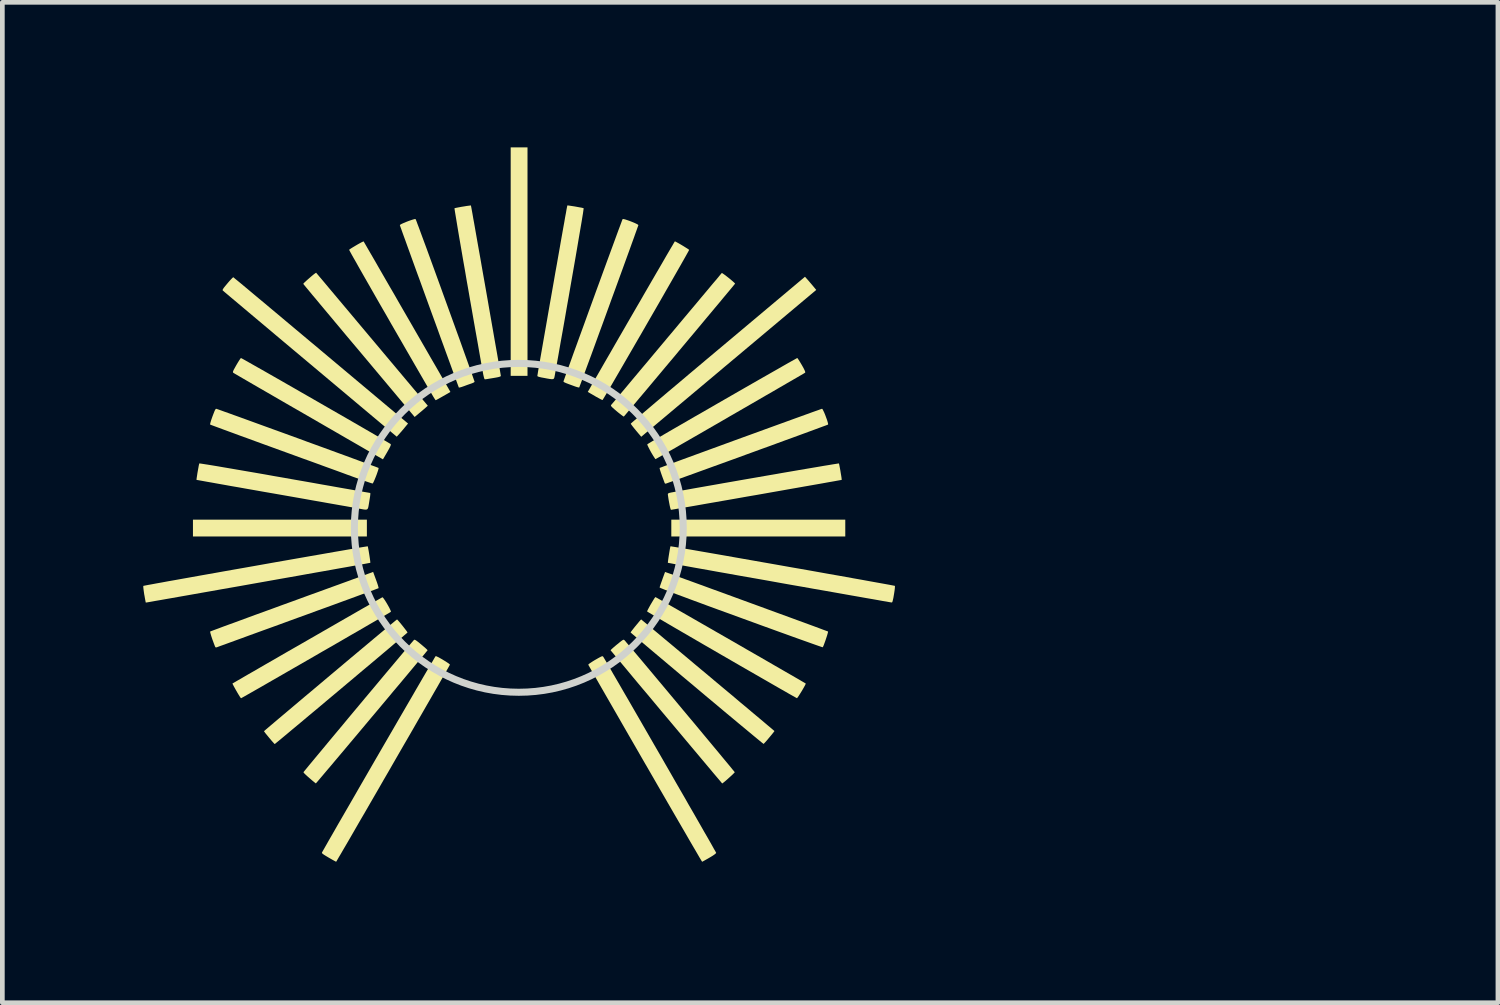
<source format=kicad_pcb>
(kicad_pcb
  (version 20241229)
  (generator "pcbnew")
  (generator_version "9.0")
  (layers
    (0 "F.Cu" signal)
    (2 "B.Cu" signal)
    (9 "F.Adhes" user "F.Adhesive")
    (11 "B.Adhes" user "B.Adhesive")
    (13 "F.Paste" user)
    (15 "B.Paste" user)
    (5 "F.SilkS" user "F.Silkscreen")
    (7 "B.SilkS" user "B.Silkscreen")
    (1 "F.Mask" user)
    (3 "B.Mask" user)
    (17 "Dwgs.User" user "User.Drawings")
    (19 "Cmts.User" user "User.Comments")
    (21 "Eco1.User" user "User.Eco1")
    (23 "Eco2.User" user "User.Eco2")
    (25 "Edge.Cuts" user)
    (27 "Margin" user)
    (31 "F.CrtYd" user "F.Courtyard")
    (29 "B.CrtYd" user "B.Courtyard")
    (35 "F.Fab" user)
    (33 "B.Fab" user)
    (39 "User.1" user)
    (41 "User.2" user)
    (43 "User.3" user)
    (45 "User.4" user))
  (footprint "_FP_Pot_13mmKnob_StdScale"
    (layer "F.Cu")
    (at 7.993 8.185)
    (property "Reference" "_FP_Pot_13mmKnob_StdScale" (at -4.6 -4.1 0) (layer "Eco2.User") (effects (font (size 1 1) (thickness 0.15)) (justify left bottom)))
    (attr through_hole)
    (fp_poly (pts (xy -3.234 0.005) (xy -3.234 0.184) (xy -5.085 0.184) (xy -6.936 0.184) (xy -6.936 0.005) (xy -6.936 -0.174) (xy -5.085 -0.174) (xy -3.234 -0.174)) (stroke (width 0) (type solid)) (fill yes) (layer "F.SilkS"))
    (fp_poly (pts (xy 0.185 -5.666) (xy 0.185 -3.235) (xy 0.006 -3.235) (xy -0.173 -3.235) (xy -0.173 -5.666) (xy -0.173 -8.098) (xy 0.006 -8.098) (xy 0.185 -8.098)) (stroke (width 0) (type solid)) (fill yes) (layer "F.SilkS"))
    (fp_poly (pts (xy 6.949 0.005) (xy 6.949 0.184) (xy 5.097 0.184) (xy 3.246 0.184) (xy 3.246 0.005) (xy 3.246 -0.174) (xy 5.097 -0.174) (xy 6.949 -0.174)) (stroke (width 0) (type solid)) (fill yes) (layer "F.SilkS"))
    (fp_poly (pts (xy -4.314 -5.43) (xy -4.306 -5.42) (xy -4.282 -5.392) (xy -4.245 -5.348) (xy -4.194 -5.288) (xy -4.131 -5.213) (xy -4.057 -5.124) (xy -3.972 -5.023) (xy -3.877 -4.91) (xy -3.773 -4.786) (xy -3.661 -4.653) (xy -3.542 -4.511) (xy -3.417 -4.362) (xy -3.286 -4.206) (xy -3.151 -4.045) (xy -3.123 -4.012) (xy -1.937 -2.599) (xy -1.985 -2.556) (xy -2.017 -2.528) (xy -2.06 -2.491) (xy -2.107 -2.452) (xy -2.125 -2.437) (xy -2.217 -2.36) (xy -3.4 -3.771) (xy -3.536 -3.932) (xy -3.668 -4.089) (xy -3.794 -4.24) (xy -3.914 -4.383) (xy -4.027 -4.519) (xy -4.133 -4.645) (xy -4.229 -4.76) (xy -4.316 -4.865) (xy -4.393 -4.956) (xy -4.458 -5.035) (xy -4.511 -5.099) (xy -4.551 -5.147) (xy -4.576 -5.178) (xy -4.587 -5.192) (xy -4.588 -5.193) (xy -4.58 -5.204) (xy -4.558 -5.227) (xy -4.524 -5.258) (xy -4.484 -5.294) (xy -4.44 -5.332) (xy -4.398 -5.368) (xy -4.36 -5.399) (xy -4.331 -5.42) (xy -4.315 -5.43)) (stroke (width 0) (type solid)) (fill yes) (layer "F.SilkS"))
    (fp_poly (pts (xy 6.138 -5.292) (xy 6.168 -5.258) (xy 6.206 -5.213) (xy 6.246 -5.166) (xy 6.258 -5.152) (xy 6.331 -5.064) (xy 4.539 -3.56) (xy 4.355 -3.406) (xy 4.176 -3.255) (xy 4.002 -3.109) (xy 3.835 -2.969) (xy 3.675 -2.835) (xy 3.523 -2.707) (xy 3.38 -2.588) (xy 3.248 -2.477) (xy 3.127 -2.375) (xy 3.018 -2.284) (xy 2.923 -2.204) (xy 2.841 -2.135) (xy 2.775 -2.08) (xy 2.724 -2.037) (xy 2.691 -2.01) (xy 2.676 -1.997) (xy 2.606 -1.938) (xy 2.494 -2.071) (xy 2.454 -2.12) (xy 2.42 -2.163) (xy 2.396 -2.195) (xy 2.384 -2.214) (xy 2.383 -2.217) (xy 2.392 -2.226) (xy 2.419 -2.25) (xy 2.463 -2.288) (xy 2.524 -2.34) (xy 2.6 -2.405) (xy 2.69 -2.482) (xy 2.794 -2.57) (xy 2.91 -2.669) (xy 3.038 -2.777) (xy 3.177 -2.895) (xy 3.326 -3.02) (xy 3.484 -3.153) (xy 3.649 -3.293) (xy 3.822 -3.438) (xy 4.001 -3.589) (xy 4.186 -3.744) (xy 4.236 -3.786) (xy 6.091 -5.344)) (stroke (width 0) (type solid)) (fill yes) (layer "F.SilkS"))
    (fp_poly (pts (xy -6.067 -5.326) (xy -6.039 -5.302) (xy -5.993 -5.265) (xy -5.931 -5.214) (xy -5.854 -5.15) (xy -5.763 -5.074) (xy -5.658 -4.986) (xy -5.541 -4.888) (xy -5.412 -4.781) (xy -5.273 -4.664) (xy -5.123 -4.539) (xy -4.965 -4.406) (xy -4.799 -4.267) (xy -4.626 -4.122) (xy -4.446 -3.971) (xy -4.261 -3.817) (xy -4.212 -3.775) (xy -2.358 -2.22) (xy -2.435 -2.127) (xy -2.474 -2.08) (xy -2.513 -2.035) (xy -2.545 -1.998) (xy -2.555 -1.987) (xy -2.598 -1.94) (xy -4.443 -3.489) (xy -4.629 -3.645) (xy -4.809 -3.796) (xy -4.984 -3.943) (xy -5.152 -4.084) (xy -5.312 -4.219) (xy -5.463 -4.346) (xy -5.605 -4.465) (xy -5.737 -4.576) (xy -5.857 -4.677) (xy -5.965 -4.768) (xy -6.059 -4.847) (xy -6.14 -4.915) (xy -6.205 -4.97) (xy -6.255 -5.012) (xy -6.287 -5.04) (xy -6.302 -5.052) (xy -6.303 -5.053) (xy -6.305 -5.063) (xy -6.297 -5.082) (xy -6.277 -5.112) (xy -6.242 -5.155) (xy -6.203 -5.202) (xy -6.162 -5.25) (xy -6.125 -5.29) (xy -6.097 -5.319) (xy -6.08 -5.333) (xy -6.078 -5.334)) (stroke (width 0) (type solid)) (fill yes) (layer "F.SilkS"))
    (fp_poly (pts (xy 1.045 -6.862) (xy 1.077 -6.858) (xy 1.122 -6.851) (xy 1.176 -6.843) (xy 1.232 -6.833) (xy 1.286 -6.823) (xy 1.333 -6.815) (xy 1.366 -6.807) (xy 1.38 -6.803) (xy 1.379 -6.79) (xy 1.374 -6.754) (xy 1.366 -6.696) (xy 1.353 -6.617) (xy 1.337 -6.518) (xy 1.317 -6.401) (xy 1.294 -6.266) (xy 1.268 -6.114) (xy 1.24 -5.947) (xy 1.209 -5.766) (xy 1.175 -5.571) (xy 1.139 -5.365) (xy 1.101 -5.148) (xy 1.062 -4.921) (xy 1.02 -4.685) (xy 0.978 -4.442) (xy 0.934 -4.192) (xy 0.888 -3.937) (xy 0.843 -3.678) (xy 0.796 -3.415) (xy 0.771 -3.275) (xy 0.763 -3.23) (xy 0.756 -3.198) (xy 0.747 -3.177) (xy 0.73 -3.166) (xy 0.703 -3.164) (xy 0.662 -3.168) (xy 0.603 -3.178) (xy 0.54 -3.19) (xy 0.475 -3.202) (xy 0.431 -3.213) (xy 0.405 -3.222) (xy 0.395 -3.231) (xy 0.395 -3.234) (xy 0.397 -3.249) (xy 0.403 -3.285) (xy 0.412 -3.343) (xy 0.426 -3.42) (xy 0.442 -3.514) (xy 0.461 -3.625) (xy 0.483 -3.75) (xy 0.507 -3.888) (xy 0.533 -4.037) (xy 0.561 -4.196) (xy 0.59 -4.362) (xy 0.62 -4.535) (xy 0.651 -4.713) (xy 0.683 -4.893) (xy 0.715 -5.075) (xy 0.747 -5.257) (xy 0.778 -5.437) (xy 0.81 -5.613) (xy 0.84 -5.784) (xy 0.869 -5.948) (xy 0.896 -6.104) (xy 0.922 -6.25) (xy 0.946 -6.385) (xy 0.968 -6.506) (xy 0.986 -6.612) (xy 1.003 -6.701) (xy 1.015 -6.773) (xy 1.025 -6.824) (xy 1.031 -6.854) (xy 1.032 -6.862)) (stroke (width 0) (type solid)) (fill yes) (layer "F.SilkS"))
    (fp_poly (pts (xy 3.158 0.955) (xy 3.226 0.979) (xy 3.311 1.01) (xy 3.412 1.047) (xy 3.528 1.089) (xy 3.656 1.135) (xy 3.796 1.186) (xy 3.945 1.24) (xy 4.102 1.298) (xy 4.266 1.357) (xy 4.435 1.419) (xy 4.607 1.482) (xy 4.782 1.546) (xy 4.957 1.61) (xy 5.13 1.673) (xy 5.301 1.736) (xy 5.468 1.797) (xy 5.629 1.856) (xy 5.783 1.912) (xy 5.927 1.965) (xy 6.062 2.014) (xy 6.184 2.059) (xy 6.293 2.099) (xy 6.387 2.134) (xy 6.464 2.163) (xy 6.523 2.185) (xy 6.563 2.199) (xy 6.581 2.207) (xy 6.582 2.207) (xy 6.581 2.221) (xy 6.573 2.252) (xy 6.56 2.297) (xy 6.543 2.349) (xy 6.525 2.403) (xy 6.506 2.455) (xy 6.49 2.499) (xy 6.476 2.53) (xy 6.469 2.542) (xy 6.457 2.539) (xy 6.423 2.528) (xy 6.368 2.509) (xy 6.294 2.483) (xy 6.201 2.45) (xy 6.092 2.411) (xy 5.968 2.367) (xy 5.829 2.317) (xy 5.677 2.262) (xy 5.513 2.203) (xy 5.34 2.14) (xy 5.157 2.074) (xy 4.966 2.004) (xy 4.768 1.932) (xy 4.727 1.917) (xy 4.47 1.823) (xy 4.235 1.738) (xy 4.022 1.66) (xy 3.831 1.589) (xy 3.662 1.527) (xy 3.513 1.471) (xy 3.383 1.423) (xy 3.274 1.382) (xy 3.183 1.347) (xy 3.111 1.319) (xy 3.057 1.297) (xy 3.02 1.282) (xy 3.001 1.272) (xy 2.997 1.268) (xy 3.002 1.251) (xy 3.014 1.215) (xy 3.031 1.166) (xy 3.052 1.108) (xy 3.056 1.095) (xy 3.113 0.939)) (stroke (width 0) (type solid)) (fill yes) (layer "F.SilkS"))
    (fp_poly (pts (xy 3.336 -6.092) (xy 3.366 -6.076) (xy 3.408 -6.053) (xy 3.456 -6.025) (xy 3.506 -5.995) (xy 3.552 -5.966) (xy 3.591 -5.942) (xy 3.617 -5.924) (xy 3.625 -5.916) (xy 3.62 -5.905) (xy 3.603 -5.873) (xy 3.575 -5.823) (xy 3.537 -5.755) (xy 3.49 -5.672) (xy 3.435 -5.575) (xy 3.372 -5.465) (xy 3.303 -5.344) (xy 3.228 -5.213) (xy 3.148 -5.074) (xy 3.064 -4.927) (xy 2.977 -4.775) (xy 2.887 -4.619) (xy 2.795 -4.46) (xy 2.703 -4.3) (xy 2.611 -4.14) (xy 2.519 -3.982) (xy 2.429 -3.826) (xy 2.342 -3.676) (xy 2.258 -3.531) (xy 2.178 -3.393) (xy 2.103 -3.264) (xy 2.034 -3.145) (xy 1.972 -3.038) (xy 1.917 -2.944) (xy 1.87 -2.865) (xy 1.832 -2.801) (xy 1.804 -2.755) (xy 1.787 -2.728) (xy 1.782 -2.72) (xy 1.768 -2.725) (xy 1.737 -2.74) (xy 1.693 -2.764) (xy 1.64 -2.793) (xy 1.62 -2.805) (xy 1.468 -2.893) (xy 1.509 -2.964) (xy 1.536 -3.012) (xy 1.573 -3.077) (xy 1.619 -3.158) (xy 1.674 -3.253) (xy 1.736 -3.361) (xy 1.804 -3.48) (xy 1.879 -3.61) (xy 1.959 -3.748) (xy 2.042 -3.893) (xy 2.129 -4.044) (xy 2.219 -4.199) (xy 2.31 -4.357) (xy 2.402 -4.516) (xy 2.494 -4.675) (xy 2.586 -4.833) (xy 2.675 -4.988) (xy 2.762 -5.138) (xy 2.846 -5.283) (xy 2.926 -5.421) (xy 3.001 -5.549) (xy 3.07 -5.668) (xy 3.132 -5.776) (xy 3.187 -5.87) (xy 3.234 -5.95) (xy 3.272 -6.014) (xy 3.299 -6.061) (xy 3.316 -6.089) (xy 3.322 -6.098)) (stroke (width 0) (type solid)) (fill yes) (layer "F.SilkS"))
    (fp_poly (pts (xy -3.303 -6.097) (xy -3.297 -6.086) (xy -3.279 -6.055) (xy -3.25 -6.005) (xy -3.212 -5.939) (xy -3.164 -5.856) (xy -3.108 -5.76) (xy -3.045 -5.651) (xy -2.976 -5.53) (xy -2.901 -5.4) (xy -2.821 -5.261) (xy -2.737 -5.116) (xy -2.649 -4.965) (xy -2.56 -4.809) (xy -2.469 -4.651) (xy -2.377 -4.492) (xy -2.285 -4.333) (xy -2.195 -4.176) (xy -2.106 -4.022) (xy -2.02 -3.873) (xy -1.937 -3.729) (xy -1.859 -3.593) (xy -1.785 -3.466) (xy -1.718 -3.35) (xy -1.658 -3.245) (xy -1.605 -3.153) (xy -1.561 -3.076) (xy -1.526 -3.015) (xy -1.501 -2.972) (xy -1.487 -2.947) (xy -1.484 -2.943) (xy -1.456 -2.892) (xy -1.609 -2.804) (xy -1.664 -2.773) (xy -1.711 -2.746) (xy -1.747 -2.727) (xy -1.766 -2.717) (xy -1.769 -2.717) (xy -1.778 -2.726) (xy -1.796 -2.753) (xy -1.819 -2.79) (xy -1.825 -2.8) (xy -1.916 -2.957) (xy -2.011 -3.121) (xy -2.109 -3.291) (xy -2.21 -3.465) (xy -2.312 -3.642) (xy -2.416 -3.822) (xy -2.519 -4.001) (xy -2.623 -4.181) (xy -2.725 -4.358) (xy -2.824 -4.532) (xy -2.922 -4.701) (xy -3.016 -4.865) (xy -3.105 -5.021) (xy -3.19 -5.17) (xy -3.269 -5.308) (xy -3.342 -5.436) (xy -3.408 -5.552) (xy -3.465 -5.654) (xy -3.515 -5.741) (xy -3.555 -5.812) (xy -3.585 -5.867) (xy -3.604 -5.902) (xy -3.612 -5.918) (xy -3.612 -5.918) (xy -3.6 -5.928) (xy -3.572 -5.947) (xy -3.532 -5.972) (xy -3.485 -6) (xy -3.436 -6.029) (xy -3.388 -6.056) (xy -3.347 -6.078) (xy -3.317 -6.092) (xy -3.304 -6.097)) (stroke (width 0) (type solid)) (fill yes) (layer "F.SilkS"))
    (fp_poly (pts (xy -1.017 -6.849) (xy -1.01 -6.814) (xy -1 -6.758) (xy -0.986 -6.682) (xy -0.97 -6.588) (xy -0.95 -6.479) (xy -0.928 -6.354) (xy -0.904 -6.217) (xy -0.878 -6.069) (xy -0.85 -5.911) (xy -0.82 -5.745) (xy -0.79 -5.572) (xy -0.759 -5.395) (xy -0.727 -5.215) (xy -0.695 -5.033) (xy -0.663 -4.851) (xy -0.632 -4.671) (xy -0.601 -4.495) (xy -0.571 -4.323) (xy -0.542 -4.158) (xy -0.515 -4.002) (xy -0.489 -3.855) (xy -0.465 -3.72) (xy -0.444 -3.598) (xy -0.426 -3.491) (xy -0.41 -3.4) (xy -0.398 -3.328) (xy -0.389 -3.275) (xy -0.384 -3.243) (xy -0.382 -3.234) (xy -0.388 -3.225) (xy -0.406 -3.217) (xy -0.441 -3.207) (xy -0.494 -3.197) (xy -0.546 -3.188) (xy -0.608 -3.178) (xy -0.661 -3.169) (xy -0.701 -3.163) (xy -0.722 -3.161) (xy -0.724 -3.161) (xy -0.733 -3.172) (xy -0.743 -3.204) (xy -0.754 -3.251) (xy -0.759 -3.275) (xy -0.799 -3.499) (xy -0.839 -3.726) (xy -0.879 -3.955) (xy -0.92 -4.183) (xy -0.96 -4.41) (xy -0.999 -4.634) (xy -1.038 -4.854) (xy -1.075 -5.069) (xy -1.112 -5.277) (xy -1.146 -5.478) (xy -1.18 -5.67) (xy -1.211 -5.851) (xy -1.24 -6.02) (xy -1.267 -6.176) (xy -1.291 -6.318) (xy -1.312 -6.444) (xy -1.33 -6.554) (xy -1.345 -6.645) (xy -1.357 -6.716) (xy -1.365 -6.767) (xy -1.369 -6.796) (xy -1.369 -6.802) (xy -1.353 -6.807) (xy -1.32 -6.814) (xy -1.273 -6.823) (xy -1.219 -6.833) (xy -1.162 -6.842) (xy -1.109 -6.851) (xy -1.063 -6.857) (xy -1.032 -6.861) (xy -1.019 -6.862)) (stroke (width 0) (type solid)) (fill yes) (layer "F.SilkS"))
    (fp_poly (pts (xy -3.039 1.107) (xy -3.017 1.168) (xy -3 1.219) (xy -2.989 1.259) (xy -2.984 1.281) (xy -2.985 1.284) (xy -2.997 1.289) (xy -3.032 1.302) (xy -3.086 1.323) (xy -3.161 1.35) (xy -3.253 1.384) (xy -3.362 1.424) (xy -3.486 1.47) (xy -3.625 1.521) (xy -3.776 1.576) (xy -3.939 1.636) (xy -4.112 1.699) (xy -4.295 1.765) (xy -4.485 1.835) (xy -4.681 1.906) (xy -4.69 1.909) (xy -4.887 1.981) (xy -5.078 2.051) (xy -5.262 2.118) (xy -5.437 2.181) (xy -5.602 2.241) (xy -5.756 2.297) (xy -5.897 2.349) (xy -6.024 2.395) (xy -6.136 2.436) (xy -6.232 2.471) (xy -6.309 2.499) (xy -6.368 2.52) (xy -6.405 2.534) (xy -6.421 2.54) (xy -6.421 2.54) (xy -6.447 2.547) (xy -6.46 2.538) (xy -6.469 2.519) (xy -6.497 2.445) (xy -6.523 2.374) (xy -6.544 2.311) (xy -6.559 2.26) (xy -6.568 2.225) (xy -6.57 2.208) (xy -6.569 2.207) (xy -6.557 2.202) (xy -6.523 2.189) (xy -6.467 2.168) (xy -6.393 2.141) (xy -6.301 2.106) (xy -6.192 2.066) (xy -6.067 2.021) (xy -5.928 1.97) (xy -5.777 1.914) (xy -5.614 1.854) (xy -5.44 1.791) (xy -5.258 1.725) (xy -5.068 1.655) (xy -4.872 1.584) (xy -4.863 1.581) (xy -4.666 1.509) (xy -4.475 1.439) (xy -4.291 1.373) (xy -4.116 1.309) (xy -3.951 1.249) (xy -3.797 1.193) (xy -3.656 1.142) (xy -3.529 1.095) (xy -3.417 1.055) (xy -3.322 1.02) (xy -3.245 0.992) (xy -3.187 0.97) (xy -3.149 0.957) (xy -3.133 0.951) (xy -3.133 0.951) (xy -3.101 0.938)) (stroke (width 0) (type solid)) (fill yes) (layer "F.SilkS"))
    (fp_poly (pts (xy 2.919 1.48) (xy 2.951 1.497) (xy 3 1.525) (xy 3.067 1.563) (xy 3.15 1.611) (xy 3.246 1.666) (xy 3.356 1.729) (xy 3.477 1.798) (xy 3.608 1.873) (xy 3.747 1.953) (xy 3.893 2.037) (xy 4.045 2.124) (xy 4.201 2.214) (xy 4.36 2.305) (xy 4.52 2.397) (xy 4.68 2.489) (xy 4.839 2.581) (xy 4.994 2.67) (xy 5.146 2.757) (xy 5.291 2.841) (xy 5.429 2.921) (xy 5.558 2.995) (xy 5.677 3.064) (xy 5.785 3.126) (xy 5.88 3.181) (xy 5.96 3.227) (xy 6.024 3.265) (xy 6.071 3.292) (xy 6.099 3.309) (xy 6.108 3.314) (xy 6.104 3.326) (xy 6.091 3.354) (xy 6.069 3.394) (xy 6.042 3.441) (xy 6.012 3.491) (xy 5.982 3.539) (xy 5.956 3.58) (xy 5.935 3.61) (xy 5.922 3.625) (xy 5.92 3.626) (xy 5.908 3.62) (xy 5.876 3.602) (xy 5.824 3.573) (xy 5.755 3.534) (xy 5.67 3.485) (xy 5.568 3.427) (xy 5.453 3.361) (xy 5.325 3.287) (xy 5.184 3.206) (xy 5.033 3.119) (xy 4.873 3.027) (xy 4.704 2.93) (xy 4.528 2.828) (xy 4.347 2.723) (xy 4.32 2.708) (xy 4.138 2.602) (xy 3.961 2.5) (xy 3.792 2.402) (xy 3.631 2.308) (xy 3.479 2.22) (xy 3.338 2.138) (xy 3.208 2.062) (xy 3.092 1.994) (xy 2.99 1.934) (xy 2.903 1.883) (xy 2.832 1.841) (xy 2.779 1.81) (xy 2.745 1.789) (xy 2.731 1.78) (xy 2.731 1.78) (xy 2.735 1.766) (xy 2.75 1.735) (xy 2.772 1.694) (xy 2.799 1.645) (xy 2.828 1.596) (xy 2.856 1.549) (xy 2.88 1.51) (xy 2.899 1.483) (xy 2.908 1.474)) (stroke (width 0) (type solid)) (fill yes) (layer "F.SilkS"))
    (fp_poly (pts (xy -6.788 -1.37) (xy -6.752 -1.365) (xy -6.695 -1.356) (xy -6.617 -1.344) (xy -6.519 -1.328) (xy -6.404 -1.309) (xy -6.272 -1.286) (xy -6.124 -1.261) (xy -5.962 -1.233) (xy -5.788 -1.203) (xy -5.601 -1.171) (xy -5.405 -1.137) (xy -5.199 -1.1) (xy -4.985 -1.063) (xy -4.98 -1.062) (xy -4.772 -1.025) (xy -4.57 -0.99) (xy -4.377 -0.956) (xy -4.193 -0.923) (xy -4.02 -0.893) (xy -3.859 -0.864) (xy -3.711 -0.838) (xy -3.578 -0.815) (xy -3.461 -0.794) (xy -3.361 -0.777) (xy -3.28 -0.762) (xy -3.22 -0.752) (xy -3.18 -0.745) (xy -3.163 -0.742) (xy -3.163 -0.742) (xy -3.16 -0.734) (xy -3.161 -0.71) (xy -3.166 -0.667) (xy -3.176 -0.603) (xy -3.186 -0.541) (xy -3.196 -0.481) (xy -3.204 -0.437) (xy -3.215 -0.408) (xy -3.231 -0.392) (xy -3.257 -0.387) (xy -3.296 -0.39) (xy -3.352 -0.4) (xy -3.425 -0.414) (xy -3.455 -0.419) (xy -3.508 -0.429) (xy -3.582 -0.442) (xy -3.676 -0.459) (xy -3.787 -0.478) (xy -3.916 -0.501) (xy -4.059 -0.526) (xy -4.215 -0.554) (xy -4.383 -0.583) (xy -4.561 -0.615) (xy -4.748 -0.648) (xy -4.942 -0.682) (xy -5.141 -0.717) (xy -5.215 -0.73) (xy -5.412 -0.764) (xy -5.603 -0.798) (xy -5.786 -0.83) (xy -5.959 -0.861) (xy -6.122 -0.889) (xy -6.272 -0.916) (xy -6.408 -0.94) (xy -6.529 -0.962) (xy -6.633 -0.98) (xy -6.72 -0.996) (xy -6.787 -1.008) (xy -6.833 -1.016) (xy -6.857 -1.02) (xy -6.86 -1.021) (xy -6.86 -1.034) (xy -6.856 -1.065) (xy -6.849 -1.11) (xy -6.841 -1.164) (xy -6.831 -1.22) (xy -6.821 -1.275) (xy -6.813 -1.321) (xy -6.805 -1.355) (xy -6.801 -1.371)) (stroke (width 0) (type solid)) (fill yes) (layer "F.SilkS"))
    (fp_poly (pts (xy -2.891 1.486) (xy -2.871 1.512) (xy -2.845 1.55) (xy -2.816 1.597) (xy -2.787 1.647) (xy -2.76 1.695) (xy -2.739 1.738) (xy -2.725 1.77) (xy -2.722 1.787) (xy -2.723 1.788) (xy -2.735 1.795) (xy -2.767 1.815) (xy -2.817 1.844) (xy -2.885 1.884) (xy -2.968 1.932) (xy -3.065 1.989) (xy -3.175 2.052) (xy -3.296 2.123) (xy -3.427 2.199) (xy -3.567 2.279) (xy -3.713 2.364) (xy -3.865 2.452) (xy -4.021 2.542) (xy -4.18 2.633) (xy -4.34 2.726) (xy -4.5 2.818) (xy -4.658 2.909) (xy -4.813 2.998) (xy -4.964 3.085) (xy -5.108 3.168) (xy -5.246 3.247) (xy -5.374 3.321) (xy -5.492 3.389) (xy -5.599 3.45) (xy -5.692 3.503) (xy -5.771 3.548) (xy -5.834 3.584) (xy -5.879 3.609) (xy -5.906 3.624) (xy -5.912 3.627) (xy -5.922 3.617) (xy -5.941 3.589) (xy -5.967 3.547) (xy -5.998 3.495) (xy -6.011 3.472) (xy -6.042 3.417) (xy -6.068 3.37) (xy -6.086 3.335) (xy -6.095 3.316) (xy -6.095 3.314) (xy -6.082 3.306) (xy -6.049 3.287) (xy -5.998 3.257) (xy -5.93 3.218) (xy -5.846 3.169) (xy -5.748 3.112) (xy -5.637 3.049) (xy -5.515 2.978) (xy -5.384 2.902) (xy -5.244 2.822) (xy -5.097 2.737) (xy -4.945 2.649) (xy -4.788 2.559) (xy -4.629 2.468) (xy -4.469 2.376) (xy -4.309 2.284) (xy -4.151 2.193) (xy -3.996 2.104) (xy -3.845 2.017) (xy -3.701 1.934) (xy -3.564 1.856) (xy -3.436 1.782) (xy -3.318 1.714) (xy -3.212 1.654) (xy -3.119 1.601) (xy -3.041 1.556) (xy -2.979 1.52) (xy -2.934 1.495) (xy -2.909 1.481) (xy -2.903 1.478)) (stroke (width 0) (type solid)) (fill yes) (layer "F.SilkS"))
    (fp_poly (pts (xy -2.581 1.959) (xy -2.559 1.984) (xy -2.529 2.019) (xy -2.494 2.062) (xy -2.458 2.107) (xy -2.424 2.151) (xy -2.395 2.188) (xy -2.376 2.215) (xy -2.369 2.228) (xy -2.369 2.228) (xy -2.379 2.237) (xy -2.406 2.261) (xy -2.45 2.298) (xy -2.508 2.348) (xy -2.581 2.41) (xy -2.666 2.482) (xy -2.762 2.564) (xy -2.869 2.654) (xy -2.984 2.751) (xy -3.107 2.855) (xy -3.236 2.963) (xy -3.371 3.076) (xy -3.508 3.192) (xy -3.649 3.31) (xy -3.79 3.429) (xy -3.932 3.548) (xy -4.072 3.665) (xy -4.209 3.781) (xy -4.343 3.893) (xy -4.472 4) (xy -4.594 4.103) (xy -4.708 4.198) (xy -4.814 4.286) (xy -4.909 4.366) (xy -4.993 4.436) (xy -5.064 4.495) (xy -5.121 4.542) (xy -5.163 4.576) (xy -5.188 4.597) (xy -5.195 4.602) (xy -5.206 4.593) (xy -5.228 4.569) (xy -5.261 4.532) (xy -5.299 4.486) (xy -5.313 4.47) (xy -5.353 4.421) (xy -5.387 4.38) (xy -5.411 4.348) (xy -5.423 4.331) (xy -5.424 4.329) (xy -5.415 4.321) (xy -5.388 4.297) (xy -5.345 4.26) (xy -5.286 4.21) (xy -5.214 4.149) (xy -5.129 4.077) (xy -5.033 3.996) (xy -4.926 3.906) (xy -4.811 3.809) (xy -4.688 3.705) (xy -4.559 3.596) (xy -4.425 3.484) (xy -4.287 3.368) (xy -4.147 3.25) (xy -4.006 3.131) (xy -3.864 3.012) (xy -3.724 2.894) (xy -3.586 2.778) (xy -3.452 2.666) (xy -3.323 2.558) (xy -3.201 2.456) (xy -3.086 2.359) (xy -2.98 2.271) (xy -2.884 2.191) (xy -2.799 2.12) (xy -2.727 2.06) (xy -2.669 2.012) (xy -2.627 1.977) (xy -2.6 1.956) (xy -2.592 1.95)) (stroke (width 0) (type solid)) (fill yes) (layer "F.SilkS"))
    (fp_poly (pts (xy 2.614 1.957) (xy 2.641 1.98) (xy 2.685 2.016) (xy 2.744 2.065) (xy 2.816 2.126) (xy 2.902 2.197) (xy 2.998 2.277) (xy 3.105 2.367) (xy 3.221 2.463) (xy 3.344 2.566) (xy 3.473 2.674) (xy 3.607 2.786) (xy 3.745 2.902) (xy 3.886 3.02) (xy 4.028 3.138) (xy 4.169 3.257) (xy 4.31 3.375) (xy 4.448 3.49) (xy 4.582 3.602) (xy 4.71 3.711) (xy 4.833 3.813) (xy 4.948 3.91) (xy 5.054 3.999) (xy 5.15 4.079) (xy 5.234 4.15) (xy 5.306 4.211) (xy 5.364 4.259) (xy 5.406 4.295) (xy 5.433 4.318) (xy 5.441 4.325) (xy 5.435 4.335) (xy 5.416 4.36) (xy 5.388 4.395) (xy 5.354 4.436) (xy 5.317 4.48) (xy 5.281 4.523) (xy 5.249 4.559) (xy 5.224 4.586) (xy 5.211 4.599) (xy 5.21 4.599) (xy 5.2 4.592) (xy 5.172 4.57) (xy 5.127 4.533) (xy 5.066 4.483) (xy 4.991 4.421) (xy 4.902 4.347) (xy 4.8 4.262) (xy 4.686 4.168) (xy 4.563 4.065) (xy 4.429 3.954) (xy 4.287 3.835) (xy 4.138 3.71) (xy 3.982 3.58) (xy 3.822 3.445) (xy 3.791 3.419) (xy 3.629 3.283) (xy 3.472 3.152) (xy 3.322 3.025) (xy 3.179 2.905) (xy 3.044 2.791) (xy 2.919 2.686) (xy 2.804 2.589) (xy 2.701 2.502) (xy 2.61 2.425) (xy 2.533 2.359) (xy 2.47 2.305) (xy 2.423 2.265) (xy 2.393 2.239) (xy 2.38 2.227) (xy 2.379 2.226) (xy 2.387 2.214) (xy 2.406 2.188) (xy 2.435 2.151) (xy 2.469 2.108) (xy 2.506 2.063) (xy 2.541 2.021) (xy 2.571 1.985) (xy 2.593 1.96) (xy 2.604 1.95) (xy 2.604 1.95)) (stroke (width 0) (type solid)) (fill yes) (layer "F.SilkS"))
    (fp_poly (pts (xy 5.938 -3.603) (xy 5.958 -3.573) (xy 5.985 -3.53) (xy 6.016 -3.478) (xy 6.025 -3.463) (xy 6.06 -3.401) (xy 6.082 -3.356) (xy 6.094 -3.327) (xy 6.097 -3.309) (xy 6.094 -3.302) (xy 6.082 -3.295) (xy 6.051 -3.276) (xy 6.001 -3.247) (xy 5.934 -3.208) (xy 5.851 -3.16) (xy 5.754 -3.104) (xy 5.644 -3.04) (xy 5.523 -2.97) (xy 5.393 -2.894) (xy 5.253 -2.814) (xy 5.107 -2.729) (xy 4.955 -2.641) (xy 4.799 -2.551) (xy 4.64 -2.459) (xy 4.48 -2.367) (xy 4.321 -2.274) (xy 4.163 -2.183) (xy 4.007 -2.093) (xy 3.857 -2.006) (xy 3.712 -1.923) (xy 3.575 -1.844) (xy 3.446 -1.77) (xy 3.328 -1.701) (xy 3.221 -1.64) (xy 3.128 -1.586) (xy 3.049 -1.541) (xy 2.986 -1.505) (xy 2.94 -1.479) (xy 2.913 -1.463) (xy 2.911 -1.462) (xy 2.902 -1.47) (xy 2.884 -1.497) (xy 2.858 -1.537) (xy 2.827 -1.589) (xy 2.813 -1.613) (xy 2.782 -1.671) (xy 2.757 -1.72) (xy 2.74 -1.756) (xy 2.735 -1.776) (xy 2.735 -1.779) (xy 2.748 -1.787) (xy 2.781 -1.807) (xy 2.832 -1.838) (xy 2.901 -1.878) (xy 2.984 -1.926) (xy 3.082 -1.983) (xy 3.193 -2.048) (xy 3.314 -2.118) (xy 3.446 -2.194) (xy 3.586 -2.275) (xy 3.732 -2.36) (xy 3.885 -2.447) (xy 4.041 -2.537) (xy 4.2 -2.629) (xy 4.36 -2.721) (xy 4.52 -2.813) (xy 4.678 -2.904) (xy 4.833 -2.993) (xy 4.983 -3.079) (xy 5.128 -3.162) (xy 5.265 -3.24) (xy 5.393 -3.313) (xy 5.511 -3.38) (xy 5.617 -3.441) (xy 5.71 -3.494) (xy 5.788 -3.538) (xy 5.851 -3.573) (xy 5.896 -3.598) (xy 5.921 -3.612) (xy 5.928 -3.614)) (stroke (width 0) (type solid)) (fill yes) (layer "F.SilkS"))
    (fp_poly (pts (xy 6.813 -1.371) (xy 6.818 -1.355) (xy 6.825 -1.321) (xy 6.834 -1.274) (xy 6.844 -1.22) (xy 6.853 -1.163) (xy 6.862 -1.11) (xy 6.869 -1.065) (xy 6.872 -1.033) (xy 6.873 -1.021) (xy 6.86 -1.018) (xy 6.825 -1.012) (xy 6.769 -1.002) (xy 6.693 -0.988) (xy 6.6 -0.972) (xy 6.49 -0.952) (xy 6.366 -0.93) (xy 6.229 -0.906) (xy 6.08 -0.88) (xy 5.922 -0.852) (xy 5.756 -0.823) (xy 5.583 -0.792) (xy 5.406 -0.761) (xy 5.226 -0.729) (xy 5.044 -0.697) (xy 4.862 -0.666) (xy 4.682 -0.634) (xy 4.505 -0.603) (xy 4.333 -0.573) (xy 4.168 -0.544) (xy 4.011 -0.517) (xy 3.864 -0.491) (xy 3.729 -0.467) (xy 3.606 -0.446) (xy 3.499 -0.428) (xy 3.407 -0.412) (xy 3.334 -0.399) (xy 3.281 -0.39) (xy 3.248 -0.385) (xy 3.239 -0.383) (xy 3.232 -0.395) (xy 3.223 -0.426) (xy 3.212 -0.473) (xy 3.201 -0.531) (xy 3.199 -0.541) (xy 3.188 -0.602) (xy 3.18 -0.655) (xy 3.174 -0.696) (xy 3.172 -0.718) (xy 3.172 -0.719) (xy 3.179 -0.732) (xy 3.203 -0.743) (xy 3.248 -0.753) (xy 3.249 -0.753) (xy 3.341 -0.77) (xy 3.45 -0.79) (xy 3.574 -0.812) (xy 3.711 -0.837) (xy 3.859 -0.863) (xy 4.018 -0.891) (xy 4.184 -0.92) (xy 4.358 -0.951) (xy 4.537 -0.982) (xy 4.719 -1.014) (xy 4.903 -1.046) (xy 5.088 -1.078) (xy 5.271 -1.11) (xy 5.452 -1.141) (xy 5.628 -1.172) (xy 5.798 -1.201) (xy 5.96 -1.229) (xy 6.113 -1.255) (xy 6.255 -1.279) (xy 6.385 -1.301) (xy 6.501 -1.321) (xy 6.601 -1.337) (xy 6.683 -1.351) (xy 6.747 -1.361) (xy 6.79 -1.368) (xy 6.811 -1.371)) (stroke (width 0) (type solid)) (fill yes) (layer "F.SilkS"))
    (fp_poly (pts (xy -2.197 -6.571) (xy -2.191 -6.558) (xy -2.177 -6.523) (xy -2.157 -6.468) (xy -2.129 -6.395) (xy -2.096 -6.305) (xy -2.057 -6.199) (xy -2.013 -6.08) (xy -1.964 -5.948) (xy -1.912 -5.805) (xy -1.857 -5.654) (xy -1.799 -5.495) (xy -1.739 -5.33) (xy -1.677 -5.16) (xy -1.615 -4.988) (xy -1.552 -4.814) (xy -1.489 -4.64) (xy -1.427 -4.469) (xy -1.366 -4.3) (xy -1.307 -4.137) (xy -1.25 -3.98) (xy -1.197 -3.831) (xy -1.147 -3.691) (xy -1.101 -3.563) (xy -1.06 -3.447) (xy -1.024 -3.346) (xy -0.994 -3.261) (xy -0.97 -3.192) (xy -0.953 -3.143) (xy -0.943 -3.115) (xy -0.942 -3.107) (xy -0.956 -3.095) (xy -0.986 -3.081) (xy -1.007 -3.073) (xy -1.048 -3.059) (xy -1.102 -3.04) (xy -1.158 -3.019) (xy -1.169 -3.015) (xy -1.215 -2.999) (xy -1.251 -2.989) (xy -1.273 -2.985) (xy -1.276 -2.986) (xy -1.281 -2.998) (xy -1.294 -3.033) (xy -1.314 -3.087) (xy -1.34 -3.16) (xy -1.373 -3.25) (xy -1.412 -3.355) (xy -1.455 -3.474) (xy -1.503 -3.605) (xy -1.555 -3.747) (xy -1.61 -3.899) (xy -1.668 -4.057) (xy -1.727 -4.222) (xy -1.789 -4.392) (xy -1.852 -4.564) (xy -1.915 -4.737) (xy -1.978 -4.911) (xy -2.04 -5.082) (xy -2.101 -5.251) (xy -2.161 -5.414) (xy -2.218 -5.571) (xy -2.272 -5.72) (xy -2.322 -5.859) (xy -2.369 -5.988) (xy -2.41 -6.103) (xy -2.447 -6.204) (xy -2.478 -6.29) (xy -2.502 -6.358) (xy -2.52 -6.407) (xy -2.53 -6.436) (xy -2.532 -6.443) (xy -2.523 -6.453) (xy -2.495 -6.469) (xy -2.453 -6.488) (xy -2.403 -6.509) (xy -2.349 -6.53) (xy -2.297 -6.548) (xy -2.251 -6.563) (xy -2.216 -6.572) (xy -2.198 -6.572)) (stroke (width 0) (type solid)) (fill yes) (layer "F.SilkS"))
    (fp_poly (pts (xy 2.258 -6.566) (xy 2.302 -6.552) (xy 2.354 -6.534) (xy 2.408 -6.513) (xy 2.459 -6.492) (xy 2.502 -6.472) (xy 2.532 -6.456) (xy 2.545 -6.444) (xy 2.545 -6.443) (xy 2.54 -6.428) (xy 2.527 -6.392) (xy 2.507 -6.336) (xy 2.48 -6.261) (xy 2.448 -6.17) (xy 2.409 -6.063) (xy 2.366 -5.943) (xy 2.318 -5.811) (xy 2.266 -5.668) (xy 2.211 -5.516) (xy 2.153 -5.357) (xy 2.093 -5.192) (xy 2.031 -5.022) (xy 1.968 -4.85) (xy 1.905 -4.676) (xy 1.842 -4.503) (xy 1.78 -4.332) (xy 1.718 -4.164) (xy 1.659 -4.002) (xy 1.602 -3.845) (xy 1.548 -3.697) (xy 1.497 -3.559) (xy 1.45 -3.432) (xy 1.408 -3.318) (xy 1.372 -3.218) (xy 1.341 -3.134) (xy 1.316 -3.067) (xy 1.298 -3.02) (xy 1.288 -2.993) (xy 1.286 -2.987) (xy 1.271 -2.988) (xy 1.239 -2.996) (xy 1.195 -3.01) (xy 1.166 -3.021) (xy 1.111 -3.041) (xy 1.057 -3.061) (xy 1.015 -3.077) (xy 1.003 -3.082) (xy 0.971 -3.096) (xy 0.953 -3.11) (xy 0.95 -3.115) (xy 0.954 -3.128) (xy 0.967 -3.163) (xy 0.986 -3.218) (xy 1.012 -3.291) (xy 1.045 -3.382) (xy 1.083 -3.487) (xy 1.126 -3.607) (xy 1.173 -3.739) (xy 1.225 -3.881) (xy 1.28 -4.033) (xy 1.338 -4.192) (xy 1.398 -4.357) (xy 1.459 -4.526) (xy 1.522 -4.699) (xy 1.585 -4.872) (xy 1.648 -5.046) (xy 1.711 -5.217) (xy 1.772 -5.385) (xy 1.832 -5.549) (xy 1.889 -5.705) (xy 1.944 -5.854) (xy 1.995 -5.993) (xy 2.042 -6.121) (xy 2.084 -6.236) (xy 2.121 -6.337) (xy 2.153 -6.422) (xy 2.178 -6.489) (xy 2.196 -6.538) (xy 2.207 -6.566) (xy 2.21 -6.572) (xy 2.225 -6.573)) (stroke (width 0) (type solid)) (fill yes) (layer "F.SilkS"))
    (fp_poly (pts (xy 4.332 -5.42) (xy 4.358 -5.402) (xy 4.395 -5.376) (xy 4.437 -5.343) (xy 4.483 -5.307) (xy 4.526 -5.271) (xy 4.563 -5.239) (xy 4.59 -5.214) (xy 4.603 -5.199) (xy 4.604 -5.198) (xy 4.596 -5.188) (xy 4.573 -5.16) (xy 4.537 -5.116) (xy 4.488 -5.057) (xy 4.427 -4.984) (xy 4.356 -4.899) (xy 4.276 -4.802) (xy 4.186 -4.695) (xy 4.09 -4.58) (xy 3.987 -4.457) (xy 3.879 -4.327) (xy 3.767 -4.193) (xy 3.651 -4.055) (xy 3.534 -3.915) (xy 3.415 -3.773) (xy 3.297 -3.631) (xy 3.179 -3.491) (xy 3.064 -3.354) (xy 2.952 -3.22) (xy 2.844 -3.091) (xy 2.742 -2.969) (xy 2.646 -2.855) (xy 2.557 -2.75) (xy 2.477 -2.654) (xy 2.407 -2.571) (xy 2.347 -2.5) (xy 2.299 -2.443) (xy 2.264 -2.401) (xy 2.242 -2.376) (xy 2.236 -2.369) (xy 2.224 -2.373) (xy 2.197 -2.392) (xy 2.159 -2.421) (xy 2.112 -2.458) (xy 2.088 -2.478) (xy 2.034 -2.524) (xy 1.997 -2.557) (xy 1.974 -2.58) (xy 1.963 -2.596) (xy 1.961 -2.607) (xy 1.966 -2.616) (xy 1.976 -2.628) (xy 2.001 -2.657) (xy 2.04 -2.703) (xy 2.092 -2.765) (xy 2.156 -2.842) (xy 2.232 -2.932) (xy 2.318 -3.035) (xy 2.414 -3.15) (xy 2.518 -3.274) (xy 2.63 -3.408) (xy 2.75 -3.55) (xy 2.875 -3.7) (xy 3.005 -3.855) (xy 3.14 -4.016) (xy 3.147 -4.025) (xy 3.282 -4.185) (xy 3.412 -4.341) (xy 3.537 -4.49) (xy 3.657 -4.633) (xy 3.769 -4.766) (xy 3.873 -4.891) (xy 3.969 -5.005) (xy 4.055 -5.108) (xy 4.13 -5.198) (xy 4.195 -5.274) (xy 4.247 -5.336) (xy 4.285 -5.383) (xy 4.31 -5.412) (xy 4.32 -5.424) (xy 4.32 -5.424)) (stroke (width 0) (type solid)) (fill yes) (layer "F.SilkS"))
    (fp_poly (pts (xy -6.425 -2.529) (xy -6.389 -2.517) (xy -6.333 -2.497) (xy -6.259 -2.47) (xy -6.168 -2.438) (xy -6.061 -2.399) (xy -5.941 -2.356) (xy -5.809 -2.308) (xy -5.666 -2.256) (xy -5.515 -2.201) (xy -5.355 -2.143) (xy -5.19 -2.083) (xy -5.021 -2.022) (xy -4.848 -1.959) (xy -4.675 -1.896) (xy -4.502 -1.832) (xy -4.331 -1.77) (xy -4.163 -1.709) (xy -4 -1.649) (xy -3.844 -1.592) (xy -3.696 -1.538) (xy -3.557 -1.487) (xy -3.43 -1.44) (xy -3.316 -1.398) (xy -3.216 -1.362) (xy -3.132 -1.33) (xy -3.065 -1.306) (xy -3.018 -1.288) (xy -2.991 -1.277) (xy -2.985 -1.275) (xy -2.986 -1.26) (xy -2.994 -1.227) (xy -3.009 -1.183) (xy -3.027 -1.131) (xy -3.048 -1.077) (xy -3.069 -1.026) (xy -3.088 -0.983) (xy -3.103 -0.954) (xy -3.112 -0.943) (xy -3.127 -0.947) (xy -3.163 -0.958) (xy -3.216 -0.976) (xy -3.284 -0.999) (xy -3.366 -1.028) (xy -3.457 -1.061) (xy -3.555 -1.096) (xy -3.567 -1.101) (xy -3.64 -1.127) (xy -3.734 -1.162) (xy -3.846 -1.203) (xy -3.975 -1.25) (xy -4.119 -1.302) (xy -4.274 -1.359) (xy -4.439 -1.419) (xy -4.612 -1.481) (xy -4.79 -1.546) (xy -4.971 -1.612) (xy -5.153 -1.678) (xy -5.282 -1.725) (xy -5.453 -1.787) (xy -5.617 -1.847) (xy -5.772 -1.904) (xy -5.919 -1.957) (xy -6.054 -2.007) (xy -6.177 -2.052) (xy -6.286 -2.092) (xy -6.38 -2.127) (xy -6.456 -2.155) (xy -6.515 -2.177) (xy -6.553 -2.191) (xy -6.57 -2.198) (xy -6.57 -2.199) (xy -6.57 -2.213) (xy -6.562 -2.246) (xy -6.548 -2.293) (xy -6.528 -2.35) (xy -6.52 -2.373) (xy -6.494 -2.441) (xy -6.475 -2.489) (xy -6.46 -2.518) (xy -6.448 -2.532) (xy -6.44 -2.534)) (stroke (width 0) (type solid)) (fill yes) (layer "F.SilkS"))
    (fp_poly (pts (xy -2.199 2.389) (xy -2.175 2.405) (xy -2.138 2.433) (xy -2.087 2.475) (xy -2.077 2.483) (xy -2.029 2.524) (xy -1.988 2.559) (xy -1.958 2.587) (xy -1.943 2.603) (xy -1.942 2.605) (xy -1.95 2.616) (xy -1.973 2.644) (xy -2.009 2.688) (xy -2.059 2.748) (xy -2.119 2.821) (xy -2.191 2.907) (xy -2.272 3.004) (xy -2.361 3.111) (xy -2.458 3.227) (xy -2.561 3.35) (xy -2.67 3.479) (xy -2.782 3.614) (xy -2.898 3.752) (xy -3.016 3.893) (xy -3.135 4.034) (xy -3.254 4.176) (xy -3.371 4.316) (xy -3.487 4.454) (xy -3.599 4.587) (xy -3.707 4.716) (xy -3.81 4.838) (xy -3.907 4.953) (xy -3.995 5.058) (xy -4.076 5.153) (xy -4.147 5.237) (xy -4.207 5.308) (xy -4.255 5.365) (xy -4.291 5.407) (xy -4.313 5.432) (xy -4.32 5.44) (xy -4.331 5.432) (xy -4.357 5.411) (xy -4.395 5.38) (xy -4.44 5.341) (xy -4.455 5.328) (xy -4.502 5.287) (xy -4.542 5.25) (xy -4.57 5.222) (xy -4.583 5.204) (xy -4.584 5.202) (xy -4.576 5.191) (xy -4.553 5.163) (xy -4.517 5.119) (xy -4.468 5.059) (xy -4.407 4.986) (xy -4.336 4.9) (xy -4.255 4.803) (xy -4.166 4.696) (xy -4.07 4.58) (xy -3.967 4.456) (xy -3.859 4.327) (xy -3.747 4.193) (xy -3.632 4.054) (xy -3.515 3.914) (xy -3.397 3.773) (xy -3.279 3.631) (xy -3.162 3.492) (xy -3.047 3.355) (xy -2.936 3.222) (xy -2.829 3.094) (xy -2.727 2.973) (xy -2.632 2.86) (xy -2.545 2.756) (xy -2.466 2.662) (xy -2.397 2.58) (xy -2.339 2.511) (xy -2.292 2.456) (xy -2.258 2.417) (xy -2.239 2.394) (xy -2.235 2.391) (xy -2.226 2.383) (xy -2.215 2.382)) (stroke (width 0) (type solid)) (fill yes) (layer "F.SilkS"))
    (fp_poly (pts (xy 2.237 2.383) (xy 2.246 2.389) (xy 2.248 2.391) (xy 2.263 2.407) (xy 2.292 2.442) (xy 2.335 2.492) (xy 2.389 2.556) (xy 2.455 2.634) (xy 2.531 2.724) (xy 2.616 2.825) (xy 2.709 2.936) (xy 2.808 3.054) (xy 2.913 3.18) (xy 3.023 3.311) (xy 3.137 3.447) (xy 3.253 3.586) (xy 3.371 3.727) (xy 3.489 3.869) (xy 3.607 4.01) (xy 3.723 4.148) (xy 3.836 4.284) (xy 3.945 4.415) (xy 4.05 4.541) (xy 4.148 4.659) (xy 4.24 4.769) (xy 4.323 4.87) (xy 4.398 4.96) (xy 4.462 5.037) (xy 4.515 5.101) (xy 4.555 5.151) (xy 4.583 5.184) (xy 4.595 5.2) (xy 4.596 5.202) (xy 4.588 5.213) (xy 4.564 5.237) (xy 4.531 5.269) (xy 4.49 5.306) (xy 4.447 5.345) (xy 4.405 5.382) (xy 4.369 5.412) (xy 4.342 5.433) (xy 4.329 5.441) (xy 4.329 5.441) (xy 4.321 5.432) (xy 4.298 5.404) (xy 4.261 5.36) (xy 4.21 5.3) (xy 4.147 5.226) (xy 4.073 5.137) (xy 3.988 5.036) (xy 3.893 4.923) (xy 3.79 4.8) (xy 3.678 4.667) (xy 3.559 4.525) (xy 3.434 4.376) (xy 3.304 4.221) (xy 3.169 4.06) (xy 3.141 4.027) (xy 3.005 3.865) (xy 2.874 3.708) (xy 2.748 3.557) (xy 2.627 3.414) (xy 2.514 3.279) (xy 2.409 3.153) (xy 2.313 3.037) (xy 2.226 2.933) (xy 2.149 2.841) (xy 2.084 2.763) (xy 2.031 2.699) (xy 1.991 2.651) (xy 1.965 2.62) (xy 1.954 2.606) (xy 1.954 2.605) (xy 1.962 2.595) (xy 1.986 2.572) (xy 2.023 2.539) (xy 2.069 2.5) (xy 2.09 2.483) (xy 2.144 2.439) (xy 2.182 2.409) (xy 2.209 2.39) (xy 2.226 2.382)) (stroke (width 0) (type solid)) (fill yes) (layer "F.SilkS"))
    (fp_poly (pts (xy 6.465 -2.525) (xy 6.48 -2.496) (xy 6.5 -2.455) (xy 6.521 -2.404) (xy 6.541 -2.35) (xy 6.56 -2.298) (xy 6.574 -2.252) (xy 6.583 -2.217) (xy 6.583 -2.199) (xy 6.583 -2.198) (xy 6.57 -2.193) (xy 6.536 -2.18) (xy 6.481 -2.16) (xy 6.408 -2.133) (xy 6.319 -2.1) (xy 6.213 -2.061) (xy 6.094 -2.017) (xy 5.963 -1.969) (xy 5.821 -1.917) (xy 5.669 -1.862) (xy 5.511 -1.804) (xy 5.346 -1.743) (xy 5.176 -1.682) (xy 5.004 -1.619) (xy 4.83 -1.556) (xy 4.657 -1.492) (xy 4.485 -1.43) (xy 4.317 -1.369) (xy 4.153 -1.31) (xy 3.996 -1.253) (xy 3.847 -1.199) (xy 3.707 -1.148) (xy 3.579 -1.102) (xy 3.463 -1.06) (xy 3.362 -1.024) (xy 3.276 -0.993) (xy 3.208 -0.969) (xy 3.159 -0.951) (xy 3.13 -0.941) (xy 3.123 -0.939) (xy 3.107 -0.949) (xy 3.104 -0.955) (xy 3.098 -0.972) (xy 3.085 -1.007) (xy 3.067 -1.055) (xy 3.046 -1.112) (xy 3.044 -1.118) (xy 3.024 -1.175) (xy 3.009 -1.222) (xy 2.999 -1.257) (xy 2.997 -1.274) (xy 2.998 -1.275) (xy 3.01 -1.28) (xy 3.044 -1.292) (xy 3.098 -1.313) (xy 3.17 -1.34) (xy 3.259 -1.373) (xy 3.364 -1.411) (xy 3.483 -1.455) (xy 3.614 -1.503) (xy 3.756 -1.555) (xy 3.907 -1.61) (xy 4.065 -1.668) (xy 4.23 -1.728) (xy 4.399 -1.79) (xy 4.571 -1.853) (xy 4.744 -1.916) (xy 4.918 -1.979) (xy 5.089 -2.041) (xy 5.258 -2.103) (xy 5.421 -2.162) (xy 5.578 -2.219) (xy 5.727 -2.273) (xy 5.867 -2.324) (xy 5.995 -2.37) (xy 6.111 -2.412) (xy 6.213 -2.449) (xy 6.299 -2.48) (xy 6.368 -2.504) (xy 6.417 -2.522) (xy 6.447 -2.532) (xy 6.454 -2.535)) (stroke (width 0) (type solid)) (fill yes) (layer "F.SilkS"))
    (fp_poly (pts (xy -5.903 -3.609) (xy -5.871 -3.592) (xy -5.821 -3.564) (xy -5.754 -3.526) (xy -5.671 -3.479) (xy -5.574 -3.424) (xy -5.464 -3.362) (xy -5.343 -3.293) (xy -5.212 -3.218) (xy -5.073 -3.139) (xy -4.927 -3.055) (xy -4.775 -2.968) (xy -4.619 -2.878) (xy -4.46 -2.787) (xy -4.3 -2.695) (xy -4.14 -2.603) (xy -3.982 -2.512) (xy -3.827 -2.423) (xy -3.676 -2.336) (xy -3.532 -2.253) (xy -3.395 -2.174) (xy -3.266 -2.099) (xy -3.148 -2.031) (xy -3.042 -1.969) (xy -2.948 -1.915) (xy -2.87 -1.868) (xy -2.807 -1.831) (xy -2.762 -1.804) (xy -2.735 -1.788) (xy -2.729 -1.784) (xy -2.724 -1.775) (xy -2.726 -1.759) (xy -2.736 -1.733) (xy -2.755 -1.695) (xy -2.786 -1.639) (xy -2.801 -1.613) (xy -2.833 -1.558) (xy -2.86 -1.512) (xy -2.88 -1.478) (xy -2.891 -1.46) (xy -2.892 -1.458) (xy -2.903 -1.464) (xy -2.932 -1.481) (xy -2.978 -1.507) (xy -3.037 -1.541) (xy -3.107 -1.581) (xy -3.184 -1.626) (xy -3.209 -1.64) (xy -3.262 -1.671) (xy -3.334 -1.713) (xy -3.424 -1.765) (xy -3.53 -1.826) (xy -3.65 -1.895) (xy -3.783 -1.972) (xy -3.926 -2.055) (xy -4.079 -2.143) (xy -4.238 -2.235) (xy -4.402 -2.33) (xy -4.57 -2.427) (xy -4.74 -2.525) (xy -4.789 -2.553) (xy -4.952 -2.647) (xy -5.109 -2.738) (xy -5.259 -2.825) (xy -5.401 -2.907) (xy -5.533 -2.983) (xy -5.654 -3.053) (xy -5.762 -3.116) (xy -5.857 -3.171) (xy -5.936 -3.217) (xy -5.999 -3.254) (xy -6.044 -3.28) (xy -6.07 -3.296) (xy -6.075 -3.299) (xy -6.083 -3.307) (xy -6.085 -3.318) (xy -6.08 -3.337) (xy -6.067 -3.366) (xy -6.043 -3.409) (xy -6.013 -3.463) (xy -5.981 -3.517) (xy -5.953 -3.562) (xy -5.93 -3.596) (xy -5.917 -3.613) (xy -5.915 -3.614)) (stroke (width 0) (type solid)) (fill yes) (layer "F.SilkS"))
    (fp_poly (pts (xy -3.216 0.393) (xy -3.211 0.409) (xy -3.205 0.443) (xy -3.196 0.49) (xy -3.187 0.545) (xy -3.178 0.602) (xy -3.17 0.656) (xy -3.164 0.701) (xy -3.161 0.732) (xy -3.161 0.744) (xy -3.173 0.747) (xy -3.208 0.753) (xy -3.265 0.764) (xy -3.342 0.778) (xy -3.437 0.795) (xy -3.55 0.815) (xy -3.678 0.838) (xy -3.821 0.863) (xy -3.976 0.891) (xy -4.144 0.921) (xy -4.321 0.952) (xy -4.507 0.985) (xy -4.701 1.02) (xy -4.9 1.055) (xy -5.104 1.091) (xy -5.311 1.128) (xy -5.519 1.165) (xy -5.728 1.202) (xy -5.935 1.239) (xy -6.14 1.275) (xy -6.341 1.31) (xy -6.536 1.345) (xy -6.725 1.378) (xy -6.905 1.41) (xy -7.075 1.44) (xy -7.235 1.468) (xy -7.381 1.494) (xy -7.514 1.517) (xy -7.632 1.538) (xy -7.732 1.555) (xy -7.814 1.57) (xy -7.877 1.581) (xy -7.919 1.588) (xy -7.938 1.591) (xy -7.939 1.591) (xy -7.943 1.579) (xy -7.949 1.548) (xy -7.958 1.501) (xy -7.968 1.442) (xy -7.973 1.418) (xy -7.982 1.355) (xy -7.989 1.302) (xy -7.993 1.261) (xy -7.993 1.239) (xy -7.992 1.236) (xy -7.979 1.233) (xy -7.944 1.226) (xy -7.887 1.215) (xy -7.809 1.201) (xy -7.713 1.183) (xy -7.6 1.163) (xy -7.472 1.139) (xy -7.329 1.114) (xy -7.173 1.086) (xy -7.005 1.056) (xy -6.827 1.024) (xy -6.641 0.991) (xy -6.448 0.957) (xy -6.248 0.921) (xy -6.044 0.885) (xy -5.838 0.849) (xy -5.629 0.812) (xy -5.421 0.775) (xy -5.213 0.738) (xy -5.008 0.702) (xy -4.808 0.667) (xy -4.613 0.633) (xy -4.425 0.6) (xy -4.245 0.569) (xy -4.075 0.539) (xy -3.916 0.511) (xy -3.769 0.486) (xy -3.637 0.463) (xy -3.52 0.443) (xy -3.42 0.426) (xy -3.338 0.412) (xy -3.276 0.402) (xy -3.235 0.396) (xy -3.217 0.393)) (stroke (width 0) (type solid)) (fill yes) (layer "F.SilkS"))
    (fp_poly (pts (xy -1.754 2.734) (xy -1.723 2.749) (xy -1.681 2.771) (xy -1.633 2.798) (xy -1.584 2.828) (xy -1.538 2.857) (xy -1.5 2.882) (xy -1.475 2.902) (xy -1.466 2.913) (xy -1.473 2.925) (xy -1.491 2.958) (xy -1.52 3.009) (xy -1.559 3.078) (xy -1.608 3.163) (xy -1.665 3.263) (xy -1.73 3.377) (xy -1.803 3.503) (xy -1.882 3.641) (xy -1.967 3.788) (xy -2.057 3.945) (xy -2.152 4.109) (xy -2.25 4.28) (xy -2.351 4.455) (xy -2.455 4.634) (xy -2.56 4.816) (xy -2.666 5) (xy -2.771 5.183) (xy -2.877 5.365) (xy -2.98 5.545) (xy -3.082 5.721) (xy -3.181 5.892) (xy -3.276 6.057) (xy -3.368 6.214) (xy -3.454 6.363) (xy -3.534 6.502) (xy -3.608 6.63) (xy -3.675 6.745) (xy -3.735 6.847) (xy -3.785 6.934) (xy -3.827 7.004) (xy -3.858 7.058) (xy -3.878 7.092) (xy -3.888 7.107) (xy -3.888 7.108) (xy -3.9 7.102) (xy -3.93 7.086) (xy -3.973 7.062) (xy -4.025 7.032) (xy -4.046 7.02) (xy -4.108 6.983) (xy -4.151 6.956) (xy -4.178 6.936) (xy -4.19 6.922) (xy -4.19 6.912) (xy -4.183 6.898) (xy -4.163 6.863) (xy -4.133 6.81) (xy -4.093 6.74) (xy -4.044 6.653) (xy -3.985 6.551) (xy -3.919 6.436) (xy -3.846 6.308) (xy -3.766 6.17) (xy -3.68 6.021) (xy -3.589 5.864) (xy -3.494 5.699) (xy -3.396 5.528) (xy -3.294 5.352) (xy -3.19 5.172) (xy -3.085 4.99) (xy -2.979 4.807) (xy -2.873 4.624) (xy -2.768 4.443) (xy -2.664 4.264) (xy -2.563 4.089) (xy -2.464 3.919) (xy -2.369 3.755) (xy -2.278 3.599) (xy -2.193 3.451) (xy -2.113 3.314) (xy -2.04 3.188) (xy -1.974 3.075) (xy -1.916 2.976) (xy -1.866 2.892) (xy -1.826 2.824) (xy -1.797 2.773) (xy -1.778 2.742) (xy -1.77 2.731) (xy -1.77 2.731)) (stroke (width 0) (type solid)) (fill yes) (layer "F.SilkS"))
    (fp_poly (pts (xy 1.788 2.735) (xy 1.795 2.742) (xy 1.797 2.744) (xy 1.806 2.759) (xy 1.827 2.794) (xy 1.859 2.848) (xy 1.9 2.919) (xy 1.951 3.006) (xy 2.01 3.109) (xy 2.077 3.224) (xy 2.152 3.353) (xy 2.232 3.492) (xy 2.319 3.641) (xy 2.41 3.799) (xy 2.505 3.964) (xy 2.604 4.135) (xy 2.706 4.312) (xy 2.809 4.491) (xy 2.914 4.673) (xy 3.02 4.856) (xy 3.125 5.039) (xy 3.23 5.221) (xy 3.332 5.4) (xy 3.433 5.575) (xy 3.531 5.744) (xy 3.624 5.908) (xy 3.714 6.063) (xy 3.798 6.21) (xy 3.876 6.346) (xy 3.947 6.471) (xy 4.012 6.583) (xy 4.068 6.681) (xy 4.115 6.764) (xy 4.152 6.831) (xy 4.18 6.879) (xy 4.196 6.909) (xy 4.201 6.918) (xy 4.191 6.932) (xy 4.161 6.956) (xy 4.113 6.988) (xy 4.056 7.022) (xy 4.002 7.053) (xy 3.956 7.079) (xy 3.922 7.098) (xy 3.903 7.107) (xy 3.902 7.108) (xy 3.895 7.097) (xy 3.876 7.066) (xy 3.846 7.016) (xy 3.806 6.947) (xy 3.756 6.861) (xy 3.696 6.759) (xy 3.628 6.642) (xy 3.552 6.51) (xy 3.468 6.366) (xy 3.377 6.209) (xy 3.279 6.04) (xy 3.176 5.862) (xy 3.068 5.675) (xy 2.955 5.48) (xy 2.838 5.277) (xy 2.718 5.069) (xy 2.688 5.018) (xy 2.567 4.808) (xy 2.449 4.603) (xy 2.335 4.406) (xy 2.226 4.216) (xy 2.122 4.035) (xy 2.023 3.863) (xy 1.931 3.703) (xy 1.845 3.554) (xy 1.767 3.418) (xy 1.697 3.296) (xy 1.636 3.189) (xy 1.583 3.098) (xy 1.541 3.024) (xy 1.509 2.968) (xy 1.488 2.931) (xy 1.479 2.914) (xy 1.479 2.913) (xy 1.487 2.902) (xy 1.514 2.881) (xy 1.555 2.854) (xy 1.606 2.822) (xy 1.627 2.81) (xy 1.688 2.775) (xy 1.73 2.752) (xy 1.758 2.738) (xy 1.776 2.733)) (stroke (width 0) (type solid)) (fill yes) (layer "F.SilkS"))
    (fp_poly (pts (xy 3.241 0.394) (xy 3.276 0.4) (xy 3.333 0.409) (xy 3.409 0.422) (xy 3.505 0.438) (xy 3.617 0.457) (xy 3.746 0.479) (xy 3.888 0.504) (xy 4.044 0.531) (xy 4.211 0.56) (xy 4.389 0.591) (xy 4.575 0.624) (xy 4.768 0.658) (xy 4.968 0.693) (xy 5.171 0.729) (xy 5.378 0.765) (xy 5.587 0.802) (xy 5.795 0.839) (xy 6.003 0.875) (xy 6.207 0.911) (xy 6.408 0.947) (xy 6.603 0.982) (xy 6.792 1.015) (xy 6.972 1.047) (xy 7.142 1.078) (xy 7.301 1.106) (xy 7.448 1.133) (xy 7.581 1.157) (xy 7.698 1.178) (xy 7.798 1.196) (xy 7.881 1.211) (xy 7.943 1.223) (xy 7.985 1.231) (xy 8.004 1.235) (xy 8.005 1.236) (xy 8.006 1.251) (xy 8.004 1.285) (xy 7.998 1.335) (xy 7.989 1.395) (xy 7.985 1.418) (xy 7.973 1.489) (xy 7.962 1.538) (xy 7.954 1.569) (xy 7.946 1.585) (xy 7.937 1.589) (xy 7.937 1.589) (xy 7.923 1.587) (xy 7.886 1.581) (xy 7.827 1.57) (xy 7.747 1.557) (xy 7.648 1.539) (xy 7.53 1.518) (xy 7.395 1.495) (xy 7.244 1.468) (xy 7.078 1.439) (xy 6.898 1.407) (xy 6.706 1.373) (xy 6.502 1.337) (xy 6.289 1.3) (xy 6.066 1.26) (xy 5.835 1.22) (xy 5.598 1.178) (xy 5.548 1.169) (xy 5.31 1.126) (xy 5.078 1.085) (xy 4.854 1.046) (xy 4.639 1.008) (xy 4.434 0.971) (xy 4.24 0.937) (xy 4.058 0.904) (xy 3.89 0.874) (xy 3.737 0.847) (xy 3.599 0.822) (xy 3.479 0.8) (xy 3.377 0.782) (xy 3.294 0.767) (xy 3.232 0.755) (xy 3.191 0.748) (xy 3.173 0.744) (xy 3.173 0.744) (xy 3.173 0.731) (xy 3.177 0.699) (xy 3.183 0.653) (xy 3.191 0.6) (xy 3.2 0.543) (xy 3.209 0.488) (xy 3.217 0.442) (xy 3.224 0.408) (xy 3.228 0.393)) (stroke (width 0) (type solid)) (fill yes) (layer "F.SilkS"))
    (fp_line (start -5.1 -5.75) (end -5.1 -1.4) (stroke (width 0.05) (type solid)) (layer "Eco2.User"))
    (fp_line (start -5.1 1.4) (end -5.1 5.75) (stroke (width 0.05) (type solid)) (layer "Eco2.User"))
    (fp_line (start -5.1 5.75) (end 5.1 5.75) (stroke (width 0.05) (type solid)) (layer "Eco2.User"))
    (fp_line (start -4.85 -4.95) (end -4.85 -1.676) (stroke (width 0.127) (type solid)) (layer "Eco2.User"))
    (fp_line (start -4.85 1.727) (end -4.85 5.06) (stroke (width 0.127) (type solid)) (layer "Eco2.User"))
    (fp_line (start -4.41 5.5) (end 4.41 5.5) (stroke (width 0.127) (type solid)) (layer "Eco2.User"))
    (fp_line (start -3.7 -8.16) (end -3.7 -5.75) (stroke (width 0.05) (type solid)) (layer "Eco2.User"))
    (fp_line (start -3.7 -5.75) (end -5.1 -5.75) (stroke (width 0.05) (type solid)) (layer "Eco2.User"))
    (fp_line (start -1.5 0) (end 1.5 0) (stroke (width 0.12) (type solid)) (layer "Eco2.User"))
    (fp_line (start 0 1.5) (end 0 -1.5) (stroke (width 0.12) (type solid)) (layer "Eco2.User"))
    (fp_line (start 3.7 -8.16) (end -3.7 -8.16) (stroke (width 0.05) (type solid)) (layer "Eco2.User"))
    (fp_line (start 3.7 -5.75) (end 3.7 -8.16) (stroke (width 0.05) (type solid)) (layer "Eco2.User"))
    (fp_line (start 4.41 -5.5) (end -4.41 -5.5) (stroke (width 0.127) (type solid)) (layer "Eco2.User"))
    (fp_line (start 4.85 -5) (end 4.85 -1.676) (stroke (width 0.127) (type solid)) (layer "Eco2.User"))
    (fp_line (start 4.85 1.727) (end 4.85 5.06) (stroke (width 0.127) (type solid)) (layer "Eco2.User"))
    (fp_line (start 5.1 -5.75) (end 3.7 -5.75) (stroke (width 0.05) (type solid)) (layer "Eco2.User"))
    (fp_line (start 5.1 -1.4) (end 5.1 -5.75) (stroke (width 0.05) (type solid)) (layer "Eco2.User"))
    (fp_line (start 5.1 5.75) (end 5.1 1.4) (stroke (width 0.05) (type solid)) (layer "Eco2.User"))
    (fp_arc (start -5.099264 1.400368) (mid -5.965248 0.000411) (end -5.1 -1.4) (stroke (width 0.05) (type solid)) (layer "Eco2.User"))
    (fp_arc (start -4.849887 -5.050018) (mid -4.724637 -5.367578) (end -4.41 -5.5) (stroke (width 0.127) (type solid)) (layer "Eco2.User"))
    (fp_arc (start -4.400018 5.499887) (mid -4.717578 5.374637) (end -4.85 5.06) (stroke (width 0.127) (type solid)) (layer "Eco2.User"))
    (fp_arc (start 4.400018 -5.499887) (mid 4.717578 -5.374637) (end 4.85 -5.06) (stroke (width 0.127) (type solid)) (layer "Eco2.User"))
    (fp_arc (start 4.849887 5.050018) (mid 4.724637 5.367578) (end 4.41 5.5) (stroke (width 0.127) (type solid)) (layer "Eco2.User"))
    (fp_arc (start 5.099264 -1.400368) (mid 5.965248 -0.000411) (end 5.1 1.4) (stroke (width 0.05) (type solid)) (layer "Eco2.User"))
    (fp_circle (center 0 0) (end 3.5 0) (stroke (width 0.15) (type solid)) (fill no) (layer "Edge.Cuts"))
    (pad "" smd circle (at -4.394 -0.002) (size 2.667 2.667) (layers "Eco2.User"))
    (pad "" smd circle (at -2.54 -7.012 270) (size 1.803 1.803) (layers "Eco2.User"))
    (pad "" smd circle (at -0.000163 -7.012 270) (size 1.803 1.803) (layers "Eco2.User"))
    (pad "" smd circle (at 2.54 -7.012 270) (size 1.803 1.803) (layers "Eco2.User"))
    (pad "" smd circle (at 4.394 -0.002) (size 2.667 2.667) (layers "Eco2.User")))
  (gr_rect
    (start -3 -3)
    (end 28.834 18.293)
    (stroke (width 0.1) (type default))
    (fill no)
    (layer "Edge.Cuts")))
</source>
